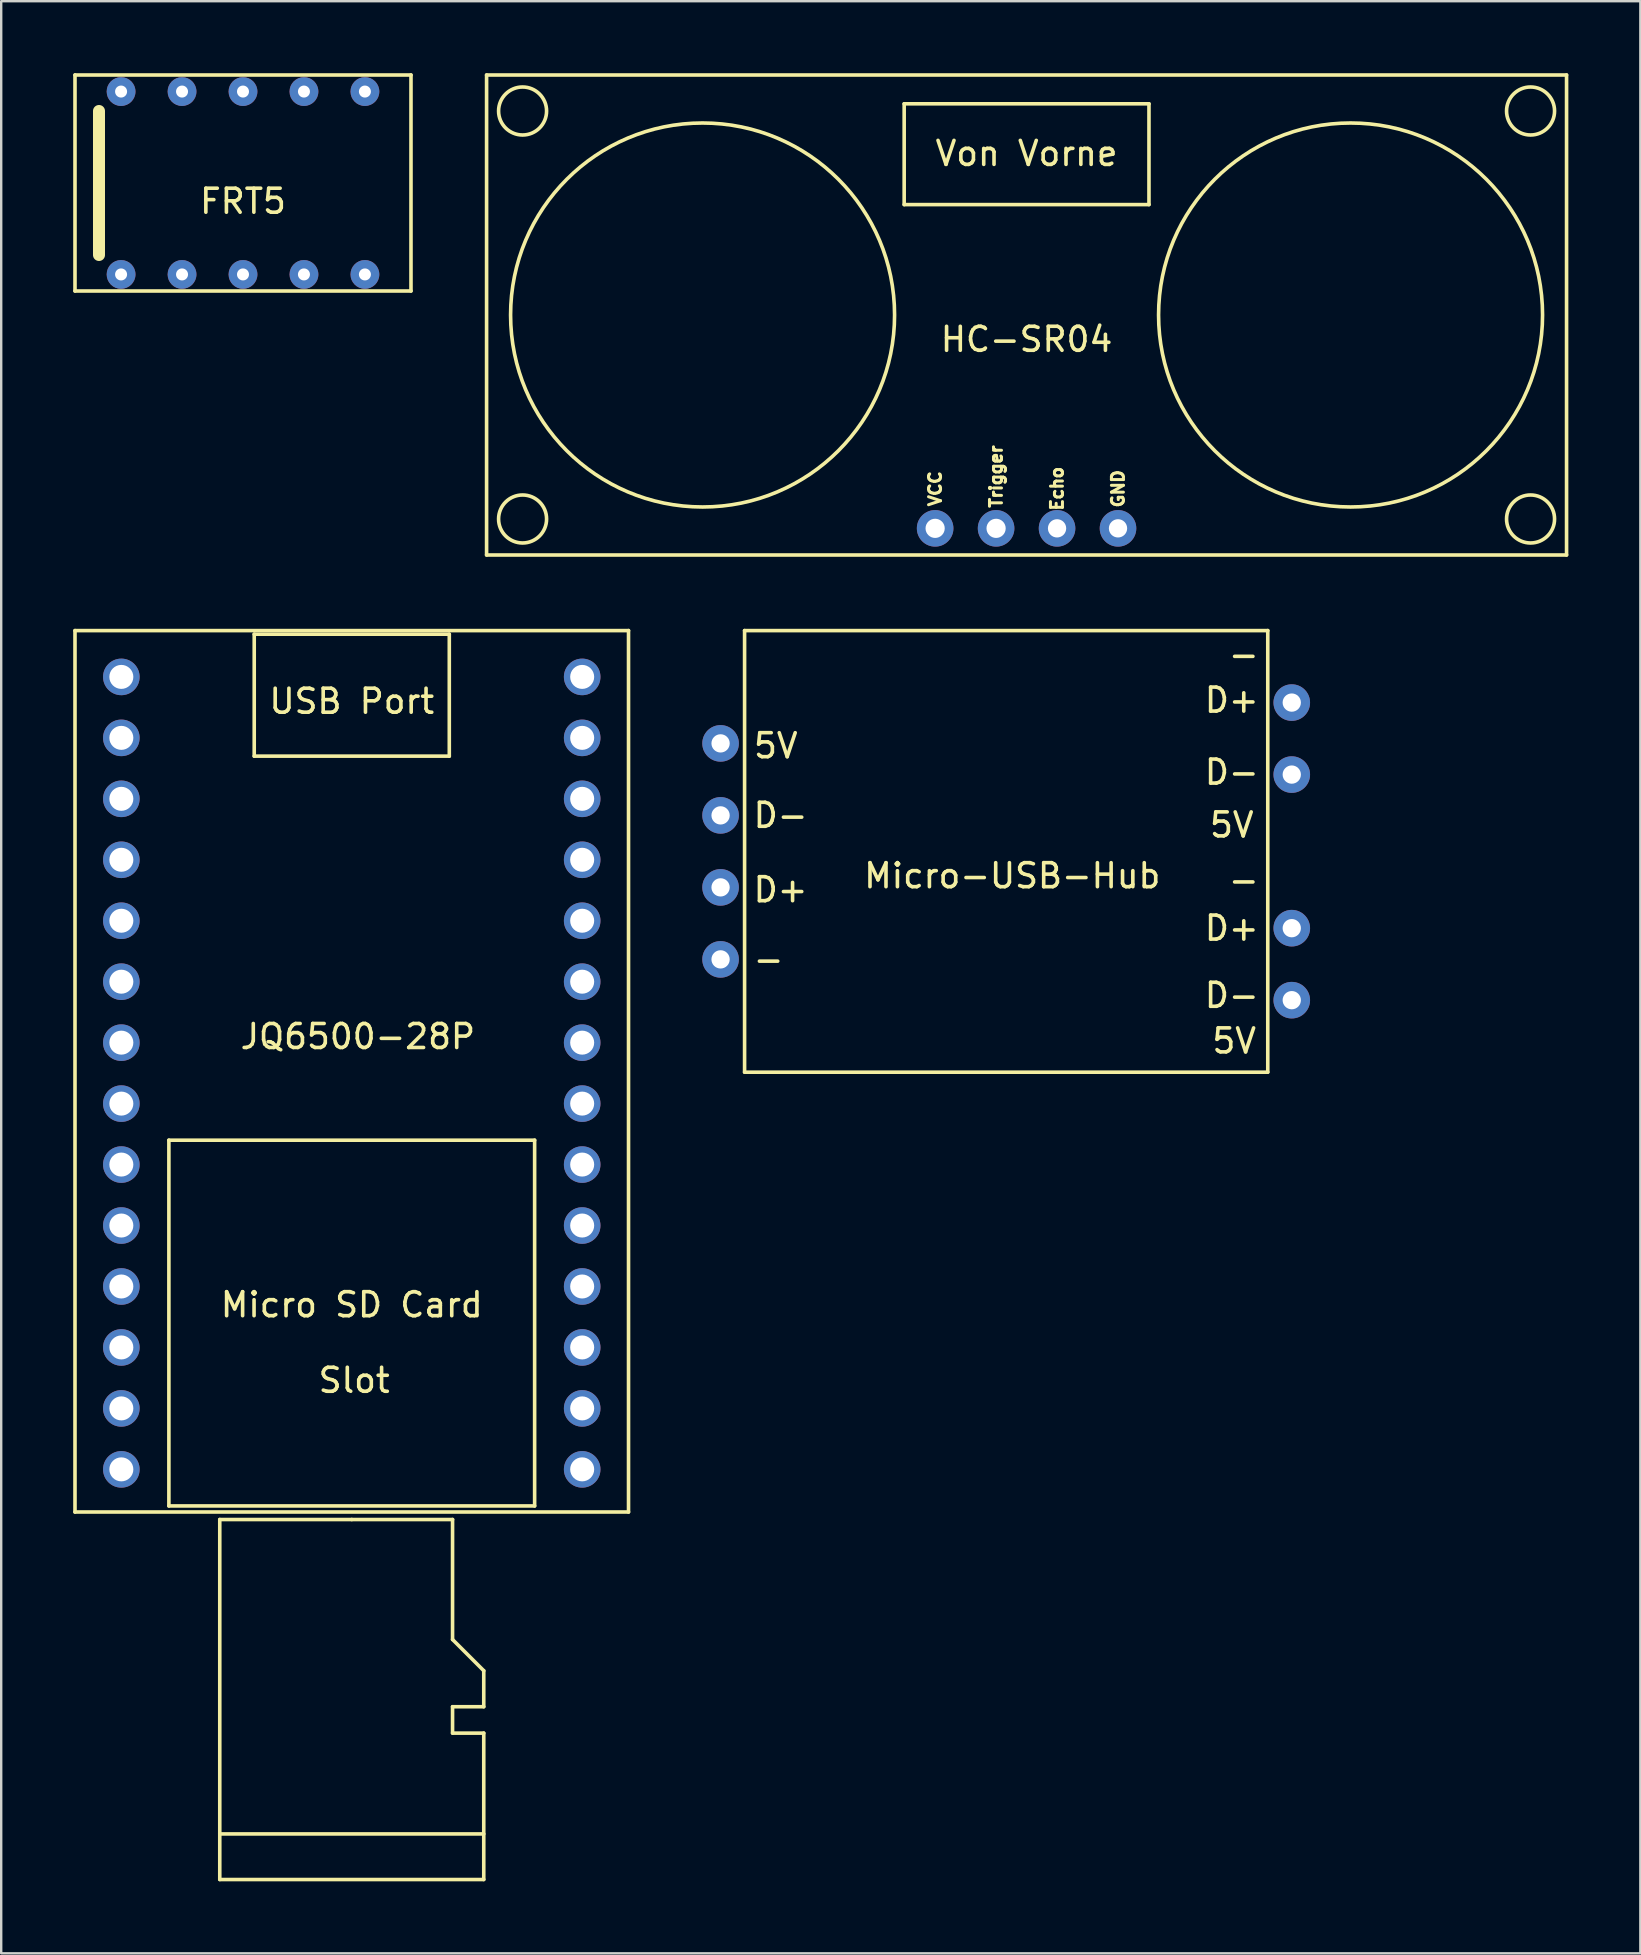
<source format=kicad_pcb>
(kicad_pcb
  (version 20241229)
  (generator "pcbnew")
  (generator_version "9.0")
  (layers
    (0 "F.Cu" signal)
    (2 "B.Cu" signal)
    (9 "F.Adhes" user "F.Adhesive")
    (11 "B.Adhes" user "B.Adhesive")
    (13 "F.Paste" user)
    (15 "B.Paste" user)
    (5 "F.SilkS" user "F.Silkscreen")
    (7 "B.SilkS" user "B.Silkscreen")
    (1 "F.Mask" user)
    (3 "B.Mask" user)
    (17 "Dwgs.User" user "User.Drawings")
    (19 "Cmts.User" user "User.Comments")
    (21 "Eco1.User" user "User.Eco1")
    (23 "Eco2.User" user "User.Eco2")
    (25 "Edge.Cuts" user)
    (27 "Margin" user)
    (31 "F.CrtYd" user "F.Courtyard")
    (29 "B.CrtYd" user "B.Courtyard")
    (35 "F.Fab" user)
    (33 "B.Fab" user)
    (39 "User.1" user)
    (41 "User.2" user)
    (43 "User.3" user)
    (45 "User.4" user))
  (footprint "FRT5"
    (layer "F.Cu")
    (at 7.075 4.575)
    (property "Reference" "FRT5" (at 0 0.762 0) (layer "F.SilkS") (effects (font (size 1 1) (thickness 0.15))))
    (attr through_hole)
    (fp_line (start -7 -4.5) (end 7 -4.5) (stroke (width 0.15) (type solid)) (layer "F.SilkS"))
    (fp_line (start -7 4.5) (end -7 -4.5) (stroke (width 0.15) (type solid)) (layer "F.SilkS"))
    (fp_line (start -6 -3) (end -6 3) (stroke (width 0.5) (type solid)) (layer "F.SilkS"))
    (fp_line (start 7 -4.5) (end 7 4.5) (stroke (width 0.15) (type solid)) (layer "F.SilkS"))
    (fp_line (start 7 4.5) (end -7 4.5) (stroke (width 0.15) (type solid)) (layer "F.SilkS"))
    (pad "1" thru_hole circle (at -5.08 -3.81) (size 1.2 1.2) (drill 0.5) (layers "*.Cu" "*.Mask"))
    (pad "2" thru_hole circle (at -2.54 -3.81) (size 1.2 1.2) (drill 0.5) (layers "*.Cu" "*.Mask"))
    (pad "3" thru_hole circle (at 0 -3.81) (size 1.2 1.2) (drill 0.5) (layers "*.Cu" "*.Mask"))
    (pad "4" thru_hole circle (at 2.54 -3.81) (size 1.2 1.2) (drill 0.5) (layers "*.Cu" "*.Mask"))
    (pad "5" thru_hole circle (at 5.08 -3.81) (size 1.2 1.2) (drill 0.5) (layers "*.Cu" "*.Mask"))
    (pad "6" thru_hole circle (at 5.08 3.81) (size 1.2 1.2) (drill 0.5) (layers "*.Cu" "*.Mask"))
    (pad "7" thru_hole circle (at 2.54 3.81) (size 1.2 1.2) (drill 0.5) (layers "*.Cu" "*.Mask"))
    (pad "8" thru_hole circle (at 0 3.81) (size 1.2 1.2) (drill 0.5) (layers "*.Cu" "*.Mask"))
    (pad "9" thru_hole circle (at -2.54 3.81) (size 1.2 1.2) (drill 0.5) (layers "*.Cu" "*.Mask"))
    (pad "10" thru_hole circle (at -5.08 3.81) (size 1.2 1.2) (drill 0.5) (layers "*.Cu" "*.Mask")))
  (footprint "Micro-USB-Hub"
    (layer "F.Cu")
    (at 38.875 32.425)
    (property "Reference" "Micro-USB-Hub" (at 0.254 1.016 0) (layer "F.SilkS") (effects (font (size 1 1) (thickness 0.15))))
    (attr through_hole)
    (fp_line (start -10.9 -9.2) (end -10.9 9.2) (stroke (width 0.15) (type solid)) (layer "F.SilkS"))
    (fp_line (start -10.9 -9.2) (end 10.9 -9.2) (stroke (width 0.15) (type solid)) (layer "F.SilkS"))
    (fp_line (start -10.9 9.2) (end 10.9 9.2) (stroke (width 0.15) (type solid)) (layer "F.SilkS"))
    (fp_line (start 10.9 -9.2) (end 10.9 9.2) (stroke (width 0.15) (type solid)) (layer "F.SilkS"))
    (fp_text user "D-" (at -9.4 -1.5 0) (layer "F.SilkS") (effects (font (size 1 1) (thickness 0.15))))
    (fp_text user "D+" (at 9.4 3.2 0) (layer "F.SilkS") (effects (font (size 1 1) (thickness 0.15))))
    (fp_text user "D-" (at 9.4 -3.3 0) (layer "F.SilkS") (effects (font (size 1 1) (thickness 0.15))))
    (fp_text user "5V" (at 9.4 -1.1 0) (layer "F.SilkS") (effects (font (size 1 1) (thickness 0.15))))
    (fp_text user "5V" (at -9.6 -4.4 0) (layer "F.SilkS") (effects (font (size 1 1) (thickness 0.15))))
    (fp_text user "D+" (at -9.4 1.6 0) (layer "F.SilkS") (effects (font (size 1 1) (thickness 0.15))))
    (fp_text user "-" (at 9.9 -8.2 0) (layer "F.SilkS") (effects (font (size 1 1) (thickness 0.15))))
    (fp_text user "5V" (at 9.5 7.9 0) (layer "F.SilkS") (effects (font (size 1 1) (thickness 0.15))))
    (fp_text user "D+" (at 9.4 -6.3 0) (layer "F.SilkS") (effects (font (size 1 1) (thickness 0.15))))
    (fp_text user "-" (at -9.9 4.5 0) (layer "F.SilkS") (effects (font (size 1 1) (thickness 0.15))))
    (fp_text user "D-" (at 9.4 6 0) (layer "F.SilkS") (effects (font (size 1 1) (thickness 0.15))))
    (fp_text user "-" (at 9.9 1.2 0) (layer "F.SilkS") (effects (font (size 1 1) (thickness 0.15))))
    (pad "1" thru_hole circle (at -11.9 -4.5) (size 1.524 1.524) (drill 0.762) (layers "*.Cu" "*.Mask"))
    (pad "2" thru_hole circle (at -11.9 -1.5) (size 1.524 1.524) (drill 0.762) (layers "*.Cu" "*.Mask"))
    (pad "3" thru_hole circle (at -11.9 1.5) (size 1.524 1.524) (drill 0.762) (layers "*.Cu" "*.Mask"))
    (pad "4" thru_hole circle (at -11.9 4.5) (size 1.524 1.524) (drill 0.762) (layers "*.Cu" "*.Mask"))
    (pad "6" thru_hole circle (at 11.9 6.2) (size 1.524 1.524) (drill 0.762) (layers "*.Cu" "*.Mask"))
    (pad "7" thru_hole circle (at 11.9 3.2) (size 1.524 1.524) (drill 0.762) (layers "*.Cu" "*.Mask"))
    (pad "10" thru_hole circle (at 11.9 -3.2) (size 1.524 1.524) (drill 0.762) (layers "*.Cu" "*.Mask"))
    (pad "11" thru_hole circle (at 11.9 -6.2) (size 1.524 1.524) (drill 0.762) (layers "*.Cu" "*.Mask")))
  (footprint "HC-SR04"
    (layer "F.Cu")
    (at 39.725 10.075)
    (property "Reference" "HC-SR04" (at 0 1.016 0) (layer "F.SilkS") (effects (font (size 1 1) (thickness 0.15))))
    (attr through_hole)
    (fp_line (start -22.5 -10) (end -22.5 10) (stroke (width 0.15) (type solid)) (layer "F.SilkS"))
    (fp_line (start -22.5 -10) (end 22.5 -10) (stroke (width 0.15) (type solid)) (layer "F.SilkS"))
    (fp_line (start -22.5 10) (end 22.5 10) (stroke (width 0.15) (type solid)) (layer "F.SilkS"))
    (fp_line (start -5.1 -8.8) (end 5.1 -8.8) (stroke (width 0.15) (type solid)) (layer "F.SilkS"))
    (fp_line (start -5.1 -4.6) (end -5.1 -8.8) (stroke (width 0.15) (type solid)) (layer "F.SilkS"))
    (fp_line (start 5.1 -8.8) (end 5.1 -4.6) (stroke (width 0.15) (type solid)) (layer "F.SilkS"))
    (fp_line (start 5.1 -4.6) (end -5.1 -4.6) (stroke (width 0.15) (type solid)) (layer "F.SilkS"))
    (fp_line (start 22.5 -10) (end 22.5 10) (stroke (width 0.15) (type solid)) (layer "F.SilkS"))
    (fp_circle (center -21 -8.5) (end -20 -8.5) (stroke (width 0.15) (type solid)) (fill no) (layer "F.SilkS"))
    (fp_circle (center -21 8.5) (end -20 8.5) (stroke (width 0.15) (type solid)) (fill no) (layer "F.SilkS"))
    (fp_circle (center -13.5 0) (end -5.5 0) (stroke (width 0.15) (type solid)) (fill no) (layer "F.SilkS"))
    (fp_circle (center 13.5 0) (end 21.5 0) (stroke (width 0.15) (type solid)) (fill no) (layer "F.SilkS"))
    (fp_circle (center 21 -8.5) (end 22 -8.5) (stroke (width 0.15) (type solid)) (fill no) (layer "F.SilkS"))
    (fp_circle (center 21 8.5) (end 22 8.5) (stroke (width 0.15) (type solid)) (fill no) (layer "F.SilkS"))
    (fp_text user "Trigger" (at -1.27 6.731 90) (layer "F.SilkS") (effects (font (size 0.5 0.5) (thickness 0.125))))
    (fp_text user "Von Vorne" (at 0 -6.731 0) (layer "F.SilkS") (effects (font (size 1 1) (thickness 0.15))))
    (fp_text user "GND" (at 3.81 7.239 90) (layer "F.SilkS") (effects (font (size 0.5 0.5) (thickness 0.125))))
    (fp_text user "VCC" (at -3.81 7.239 90) (layer "F.SilkS") (effects (font (size 0.5 0.5) (thickness 0.125))))
    (fp_text user "Echo" (at 1.27 7.239 90) (layer "F.SilkS") (effects (font (size 0.5 0.5) (thickness 0.125))))
    (pad "1" thru_hole circle (at -3.81 8.89) (size 1.524 1.524) (drill 0.8) (layers "*.Cu" "*.Mask"))
    (pad "2" thru_hole circle (at -1.27 8.89) (size 1.524 1.524) (drill 0.8) (layers "*.Cu" "*.Mask"))
    (pad "3" thru_hole circle (at 1.27 8.89) (size 1.524 1.524) (drill 0.762) (layers "*.Cu" "*.Mask"))
    (pad "4" thru_hole circle (at 3.81 8.89) (size 1.524 1.524) (drill 0.762) (layers "*.Cu" "*.Mask")))
  (footprint "JQ6500-28P"
    (layer "F.Cu")
    (at 11.607 41.665)
    (property "Reference" "JQ6500-28P" (at 0.254 -1.524 0) (layer "F.SilkS") (effects (font (size 1 1) (thickness 0.15))))
    (attr through_hole)
    (fp_line (start -11.532 -18.44) (end 11.532 -18.44) (stroke (width 0.15) (type solid)) (layer "F.SilkS"))
    (fp_line (start -11.532 18.288) (end -11.532 -18.44) (stroke (width 0.15) (type solid)) (layer "F.SilkS"))
    (fp_line (start -11.532 18.288) (end 11.532 18.288) (stroke (width 0.15) (type solid)) (layer "F.SilkS"))
    (fp_line (start -7.62 2.794) (end -7.62 18.034) (stroke (width 0.15) (type solid)) (layer "F.SilkS"))
    (fp_line (start -7.62 18.034) (end 7.62 18.034) (stroke (width 0.15) (type solid)) (layer "F.SilkS"))
    (fp_line (start -5.5 18.6) (end -5.5 33.6) (stroke (width 0.15) (type solid)) (layer "F.SilkS"))
    (fp_line (start -5.5 31.7) (end 5.5 31.7) (stroke (width 0.15) (type solid)) (layer "F.SilkS"))
    (fp_line (start -5.5 33.6) (end 5.5 33.6) (stroke (width 0.15) (type solid)) (layer "F.SilkS"))
    (fp_line (start -4.064 -18.288) (end 4.064 -18.288) (stroke (width 0.15) (type solid)) (layer "F.SilkS"))
    (fp_line (start -4.064 -13.208) (end -4.064 -18.288) (stroke (width 0.15) (type solid)) (layer "F.SilkS"))
    (fp_line (start -4.064 -13.208) (end 4.064 -13.208) (stroke (width 0.15) (type solid)) (layer "F.SilkS"))
    (fp_line (start 0 18.6) (end -5.5 18.6) (stroke (width 0.15) (type solid)) (layer "F.SilkS"))
    (fp_line (start 0 18.6) (end 4.2 18.6) (stroke (width 0.15) (type solid)) (layer "F.SilkS"))
    (fp_line (start 4.064 -18.288) (end 4.064 -13.208) (stroke (width 0.15) (type solid)) (layer "F.SilkS"))
    (fp_line (start 4.2 23.6) (end 4.2 18.6) (stroke (width 0.15) (type solid)) (layer "F.SilkS"))
    (fp_line (start 4.2 26.4) (end 4.2 27.5) (stroke (width 0.15) (type solid)) (layer "F.SilkS"))
    (fp_line (start 5.5 24.9) (end 4.2 23.6) (stroke (width 0.15) (type solid)) (layer "F.SilkS"))
    (fp_line (start 5.5 26.4) (end 4.2 26.4) (stroke (width 0.15) (type solid)) (layer "F.SilkS"))
    (fp_line (start 5.5 26.4) (end 5.5 24.9) (stroke (width 0.15) (type solid)) (layer "F.SilkS"))
    (fp_line (start 5.5 27.5) (end 4.2 27.5) (stroke (width 0.15) (type solid)) (layer "F.SilkS"))
    (fp_line (start 5.5 33.6) (end 5.5 27.5) (stroke (width 0.15) (type solid)) (layer "F.SilkS"))
    (fp_line (start 7.62 2.794) (end -7.62 2.794) (stroke (width 0.15) (type solid)) (layer "F.SilkS"))
    (fp_line (start 7.62 18.034) (end 7.62 2.794) (stroke (width 0.15) (type solid)) (layer "F.SilkS"))
    (fp_line (start 11.532 18.288) (end 11.532 -18.44) (stroke (width 0.15) (type solid)) (layer "F.SilkS"))
    (fp_text user "Micro SD Card" (at 0 9.652 0) (layer "F.SilkS") (effects (font (size 1 1) (thickness 0.15))))
    (fp_text user "USB Port" (at 0 -15.494 0) (layer "F.SilkS") (effects (font (size 1 1) (thickness 0.15))))
    (fp_text user "Slot" (at 0.1 12.8 0) (layer "F.SilkS") (effects (font (size 1 1) (thickness 0.15))))
    (pad "1" thru_hole circle (at -9.601 -16.51) (size 1.524 1.524) (drill 1) (layers "*.Cu" "*.Mask"))
    (pad "2" thru_hole circle (at -9.601 -13.97) (size 1.524 1.524) (drill 1) (layers "*.Cu" "*.Mask"))
    (pad "3" thru_hole circle (at -9.601 -11.43) (size 1.524 1.524) (drill 1) (layers "*.Cu" "*.Mask"))
    (pad "4" thru_hole circle (at -9.601 -8.89) (size 1.524 1.524) (drill 1) (layers "*.Cu" "*.Mask"))
    (pad "5" thru_hole circle (at -9.601 -6.35) (size 1.524 1.524) (drill 1) (layers "*.Cu" "*.Mask"))
    (pad "6" thru_hole circle (at -9.601 -3.81) (size 1.524 1.524) (drill 1) (layers "*.Cu" "*.Mask"))
    (pad "7" thru_hole circle (at -9.601 -1.27) (size 1.524 1.524) (drill 1) (layers "*.Cu" "*.Mask"))
    (pad "8" thru_hole circle (at -9.601 1.27) (size 1.524 1.524) (drill 1) (layers "*.Cu" "*.Mask"))
    (pad "9" thru_hole circle (at -9.601 3.81) (size 1.524 1.524) (drill 1) (layers "*.Cu" "*.Mask"))
    (pad "10" thru_hole circle (at -9.601 6.35) (size 1.524 1.524) (drill 1) (layers "*.Cu" "*.Mask"))
    (pad "11" thru_hole circle (at -9.601 8.89) (size 1.524 1.524) (drill 1) (layers "*.Cu" "*.Mask"))
    (pad "12" thru_hole circle (at -9.601 11.43) (size 1.524 1.524) (drill 1) (layers "*.Cu" "*.Mask"))
    (pad "13" thru_hole circle (at -9.601 13.97) (size 1.524 1.524) (drill 1) (layers "*.Cu" "*.Mask"))
    (pad "14" thru_hole circle (at -9.601 16.51) (size 1.524 1.524) (drill 1) (layers "*.Cu" "*.Mask"))
    (pad "15" thru_hole circle (at 9.601 16.51) (size 1.524 1.524) (drill 1) (layers "*.Cu" "*.Mask"))
    (pad "16" thru_hole circle (at 9.601 13.97) (size 1.524 1.524) (drill 1) (layers "*.Cu" "*.Mask"))
    (pad "17" thru_hole circle (at 9.601 11.43) (size 1.524 1.524) (drill 1) (layers "*.Cu" "*.Mask"))
    (pad "18" thru_hole circle (at 9.601 8.89) (size 1.524 1.524) (drill 1) (layers "*.Cu" "*.Mask"))
    (pad "19" thru_hole circle (at 9.601 6.35) (size 1.524 1.524) (drill 1) (layers "*.Cu" "*.Mask"))
    (pad "20" thru_hole circle (at 9.601 3.81) (size 1.524 1.524) (drill 1) (layers "*.Cu" "*.Mask"))
    (pad "21" thru_hole circle (at 9.601 1.27) (size 1.524 1.524) (drill 1) (layers "*.Cu" "*.Mask"))
    (pad "22" thru_hole circle (at 9.601 -1.27) (size 1.524 1.524) (drill 1) (layers "*.Cu" "*.Mask"))
    (pad "23" thru_hole circle (at 9.601 -3.81) (size 1.524 1.524) (drill 1) (layers "*.Cu" "*.Mask"))
    (pad "24" thru_hole circle (at 9.601 -6.35) (size 1.524 1.524) (drill 1) (layers "*.Cu" "*.Mask"))
    (pad "25" thru_hole circle (at 9.601 -8.89) (size 1.524 1.524) (drill 1) (layers "*.Cu" "*.Mask"))
    (pad "26" thru_hole circle (at 9.601 -11.43) (size 1.524 1.524) (drill 1) (layers "*.Cu" "*.Mask"))
    (pad "27" thru_hole circle (at 9.601 -13.97) (size 1.524 1.524) (drill 1) (layers "*.Cu" "*.Mask"))
    (pad "28" thru_hole circle (at 9.601 -16.51) (size 1.524 1.524) (drill 1) (layers "*.Cu" "*.Mask")))
  (gr_rect
    (start -3 -3)
    (end 65.3 78.34)
    (stroke (width 0.1) (type default))
    (fill no)
    (layer "Edge.Cuts")))
</source>
